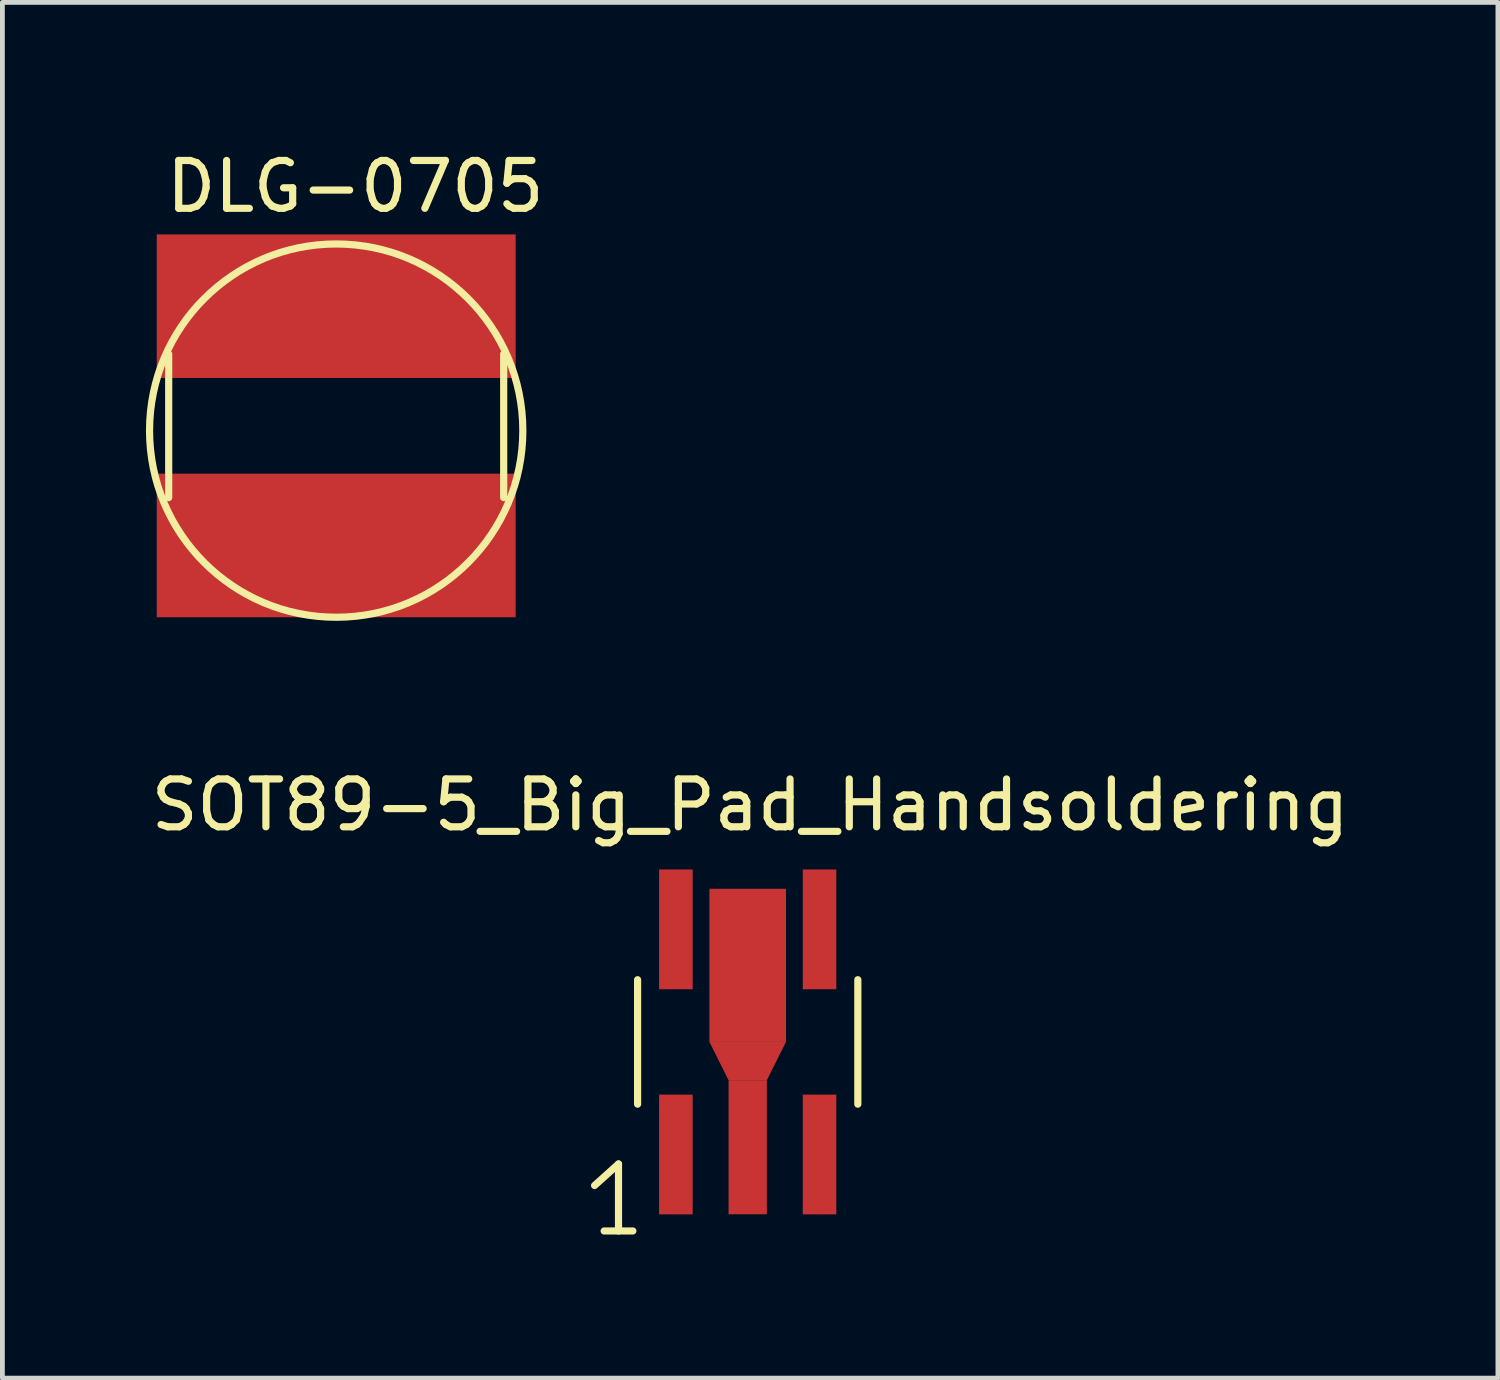
<source format=kicad_pcb>
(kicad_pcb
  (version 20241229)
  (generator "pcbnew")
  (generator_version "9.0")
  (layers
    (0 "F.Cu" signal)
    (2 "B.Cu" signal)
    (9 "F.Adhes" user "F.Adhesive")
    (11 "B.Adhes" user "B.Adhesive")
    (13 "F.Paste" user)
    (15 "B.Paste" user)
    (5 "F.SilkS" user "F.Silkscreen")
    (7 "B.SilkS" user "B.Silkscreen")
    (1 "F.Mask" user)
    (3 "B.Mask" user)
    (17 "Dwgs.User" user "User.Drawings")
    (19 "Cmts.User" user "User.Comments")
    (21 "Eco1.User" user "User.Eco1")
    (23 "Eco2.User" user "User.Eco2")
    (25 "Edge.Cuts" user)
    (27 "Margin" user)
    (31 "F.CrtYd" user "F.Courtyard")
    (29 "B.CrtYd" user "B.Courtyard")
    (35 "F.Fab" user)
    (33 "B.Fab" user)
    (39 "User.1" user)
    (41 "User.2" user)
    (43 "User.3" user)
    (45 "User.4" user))
  (footprint "SOT89-5_Big_Pad_Handsoldering"
    (layer "F.Cu")
    (at 12.574 18.722)
    (property "Reference" "SOT89-5_Big_Pad_Handsoldering" (at 0.051 -4.95 0) (layer "F.SilkS") (effects (font (size 1 1) (thickness 0.15))))
    (attr smd)
    (fp_line (start -3.2 3) (end -2.7 2.55) (stroke (width 0.15) (type solid)) (layer "F.SilkS"))
    (fp_line (start -3 3.95) (end -2.4 3.95) (stroke (width 0.15) (type solid)) (layer "F.SilkS"))
    (fp_line (start -2.7 2.55) (end -2.7 3.95) (stroke (width 0.15) (type solid)) (layer "F.SilkS"))
    (fp_line (start -2.301 1.3) (end -2.301 -1.3) (stroke (width 0.15) (type solid)) (layer "F.SilkS"))
    (fp_line (start 2.301 -1.3) (end 2.301 1.3) (stroke (width 0.15) (type solid)) (layer "F.SilkS"))
    (pad "1" smd rect (at -1.501 2.352) (size 0.701 2.502) (layers "F.Cu" "F.Mask" "F.Paste"))
    (pad "2" smd rect (at 0 -1.6) (size 1.6 3.2) (layers "F.Cu" "F.Mask" "F.Paste"))
    (pad "2" smd trapezoid (at 0 0.4 180) (size 1.2 0.8) (rect_delta 0 0.4) (layers "F.Cu" "F.Mask" "F.Paste"))
    (pad "2" smd rect (at 0 2.2) (size 0.8 2.802) (layers "F.Cu" "F.Mask" "F.Paste"))
    (pad "3" smd rect (at 1.501 2.352) (size 0.701 2.502) (layers "F.Cu" "F.Mask" "F.Paste"))
    (pad "4" smd rect (at 1.501 -2.352) (size 0.701 2.502) (layers "F.Cu" "F.Mask" "F.Paste"))
    (pad "5" smd rect (at -1.501 -2.352) (size 0.701 2.502) (layers "F.Cu" "F.Mask" "F.Paste")))
  (footprint "DLG-0705"
    (layer "F.Cu")
    (at 3.975 5.848)
    (property "Reference" "DLG-0705" (at 0.4 -5 0) (layer "F.SilkS") (effects (font (size 1 1) (thickness 0.15))))
    (attr through_hole)
    (fp_line (start -3.5 -1.5) (end -3.5 1.5) (stroke (width 0.15) (type solid)) (layer "F.SilkS"))
    (fp_line (start 3.5 1.5) (end 3.5 -1.5) (stroke (width 0.15) (type solid)) (layer "F.SilkS"))
    (fp_circle (center 0 0.1) (end 3.9 0.1) (stroke (width 0.15) (type solid)) (fill no) (layer "F.SilkS"))
    (pad "1" smd rect (at 0 -2.5) (size 7.5 3) (layers "F.Cu" "F.Mask" "F.Paste"))
    (pad "2" smd rect (at 0 2.5) (size 7.5 3) (layers "F.Cu" "F.Mask" "F.Paste")))
  (gr_rect
    (start -3 -3)
    (end 28.25 25.747)
    (stroke (width 0.1) (type default))
    (fill no)
    (layer "Edge.Cuts")))
</source>
